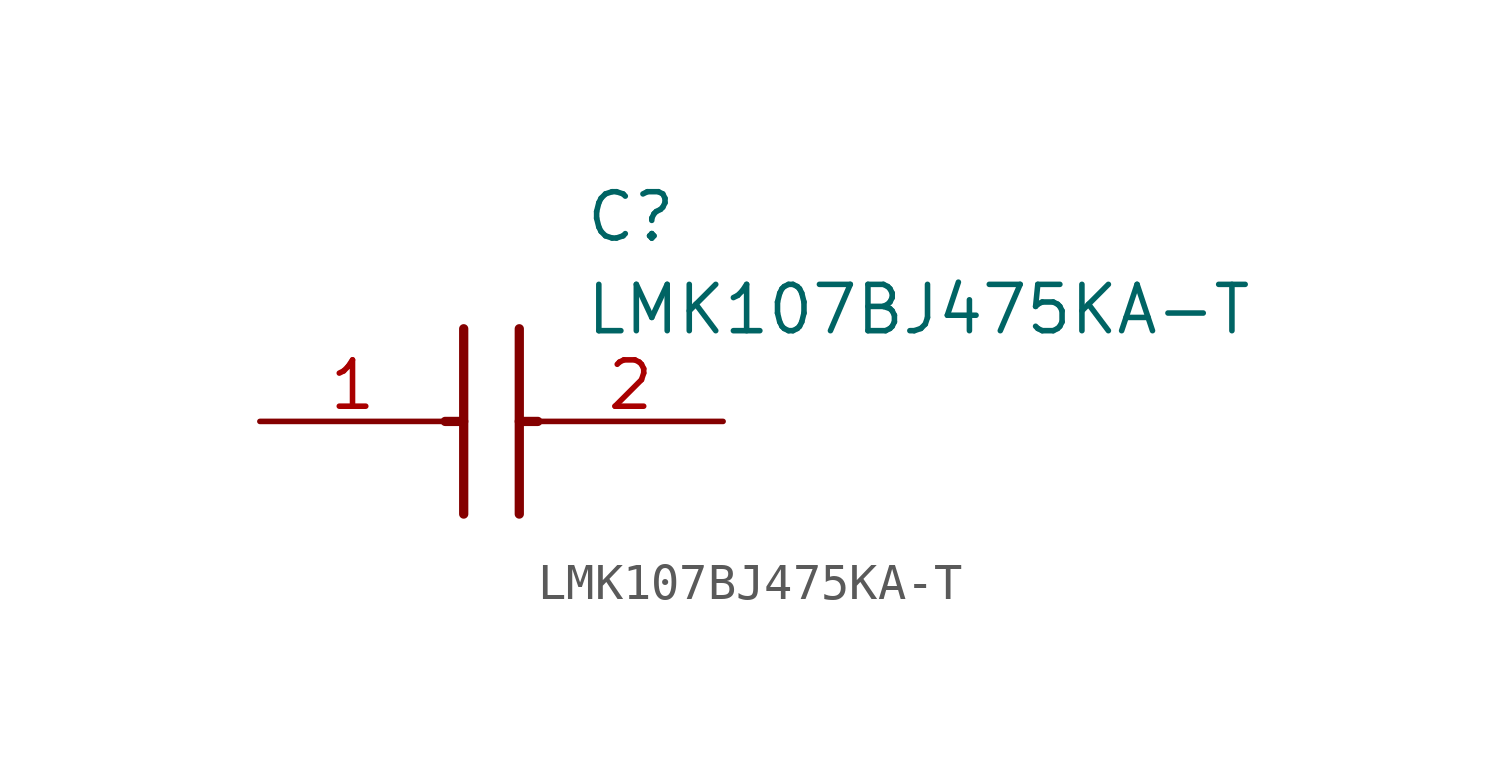
<source format=kicad_sym>
(kicad_symbol_lib
  (version 20211014)
  (generator SamacSys_ECAD_Model)
  (symbol "LMK107BJ475KA-T"
    (pin_names hide)
    (property "Reference" "C"
      (at 8.89 6.35 0)
      (effects (font (size 1.27 1.27)) (justify left top)))
    (property "Value" "LMK107BJ475KA-T"
      (at 8.89 3.81 0)
      (effects (font (size 1.27 1.27)) (justify left top)))
    (polyline
      (pts (xy 5.588 2.54) (xy 5.588 -2.54))
      (stroke (width 0.254) (type default))
      (fill (type none)))
    (polyline
      (pts (xy 7.112 2.54) (xy 7.112 -2.54))
      (stroke (width 0.254) (type default))
      (fill (type none)))
    (polyline
      (pts (xy 5.08 0) (xy 5.588 0))
      (stroke (width 0.254) (type default))
      (fill (type none)))
    (polyline
      (pts (xy 7.112 0) (xy 7.62 0))
      (stroke (width 0.254) (type default))
      (fill (type none)))
    (pin passive line
      (at 0 0 0)
      (length 5.08)
      (name "1" (effects (font (size 1.27 1.27))))
      (number "1" (effects (font (size 1.27 1.27)))))
    (pin passive line
      (at 12.7 0 180)
      (length 5.08)
      (name "2" (effects (font (size 1.27 1.27))))
      (number "2" (effects (font (size 1.27 1.27)))))))
</source>
